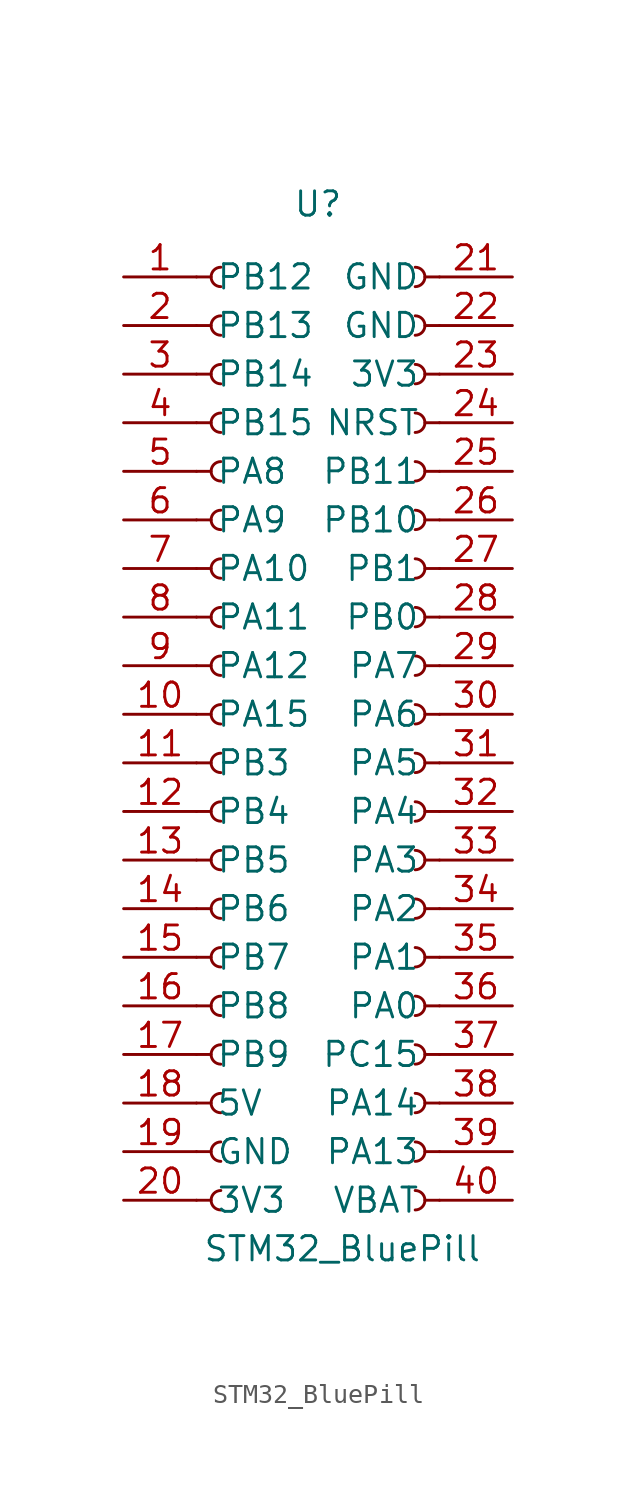
<source format=kicad_sym>
(kicad_symbol_lib
  (version 20220914)
  (generator kicad_symbol_editor)
  (symbol "STM32_BluePill"
    (pin_names
      (offset 1.016))
    (property "Reference" "U"
      (at 0 26.67 0)
      (effects (font (size 1.27 1.27))))
    (property "Value" "STM32_BluePill"
      (at 1.27 -27.94 0)
      (effects (font (size 1.27 1.27))))
    (symbol "STM32_BluePill_1_1"
      (arc (start -5.08 -24.892) (mid -5.5858 -25.4) (end -5.08 -25.908) (stroke (width 0.1524) (type default)) (fill (type none)))
      (arc (start -5.08 -22.352) (mid -5.5858 -22.86) (end -5.08 -23.368) (stroke (width 0.1524) (type default)) (fill (type none)))
      (arc (start -5.08 -19.812) (mid -5.5858 -20.32) (end -5.08 -20.828) (stroke (width 0.1524) (type default)) (fill (type none)))
      (arc (start -5.08 -17.272) (mid -5.5858 -17.78) (end -5.08 -18.288) (stroke (width 0.1524) (type default)) (fill (type none)))
      (arc (start -5.08 -14.732) (mid -5.5858 -15.24) (end -5.08 -15.748) (stroke (width 0.1524) (type default)) (fill (type none)))
      (arc (start -5.08 -12.192) (mid -5.5858 -12.7) (end -5.08 -13.208) (stroke (width 0.1524) (type default)) (fill (type none)))
      (arc (start -5.08 -9.652) (mid -5.5858 -10.16) (end -5.08 -10.668) (stroke (width 0.1524) (type default)) (fill (type none)))
      (arc (start -5.08 -7.112) (mid -5.5858 -7.62) (end -5.08 -8.128) (stroke (width 0.1524) (type default)) (fill (type none)))
      (arc (start -5.08 -4.572) (mid -5.5858 -5.08) (end -5.08 -5.588) (stroke (width 0.1524) (type default)) (fill (type none)))
      (arc (start -5.08 -2.032) (mid -5.5858 -2.54) (end -5.08 -3.048) (stroke (width 0.1524) (type default)) (fill (type none)))
      (arc (start -5.08 0.508) (mid -5.5858 0) (end -5.08 -0.508) (stroke (width 0.1524) (type default)) (fill (type none)))
      (arc (start -5.08 3.048) (mid -5.5858 2.54) (end -5.08 2.032) (stroke (width 0.1524) (type default)) (fill (type none)))
      (arc (start -5.08 5.588) (mid -5.5858 5.08) (end -5.08 4.572) (stroke (width 0.1524) (type default)) (fill (type none)))
      (arc (start -5.08 8.128) (mid -5.5858 7.62) (end -5.08 7.112) (stroke (width 0.1524) (type default)) (fill (type none)))
      (arc (start -5.08 10.668) (mid -5.5858 10.16) (end -5.08 9.652) (stroke (width 0.1524) (type default)) (fill (type none)))
      (arc (start -5.08 13.208) (mid -5.5858 12.7) (end -5.08 12.192) (stroke (width 0.1524) (type default)) (fill (type none)))
      (arc (start -5.08 15.748) (mid -5.5858 15.24) (end -5.08 14.732) (stroke (width 0.1524) (type default)) (fill (type none)))
      (arc (start -5.08 18.288) (mid -5.5858 17.78) (end -5.08 17.272) (stroke (width 0.1524) (type default)) (fill (type none)))
      (arc (start -5.08 20.828) (mid -5.5858 20.32) (end -5.08 19.812) (stroke (width 0.1524) (type default)) (fill (type none)))
      (arc (start -5.08 23.368) (mid -5.5858 22.86) (end -5.08 22.352) (stroke (width 0.1524) (type default)) (fill (type none)))
      (polyline (pts (xy -6.35 -25.4) (xy -5.588 -25.4)) (stroke (width 0.152) (type default)) (fill (type none)))
      (polyline (pts (xy -6.35 -22.86) (xy -5.588 -22.86)) (stroke (width 0.152) (type default)) (fill (type none)))
      (polyline (pts (xy -6.35 -20.32) (xy -5.588 -20.32)) (stroke (width 0.152) (type default)) (fill (type none)))
      (polyline (pts (xy -6.35 -17.78) (xy -5.588 -17.78)) (stroke (width 0.152) (type default)) (fill (type none)))
      (polyline (pts (xy -6.35 -15.24) (xy -5.588 -15.24)) (stroke (width 0.152) (type default)) (fill (type none)))
      (polyline (pts (xy -6.35 -12.7) (xy -5.588 -12.7)) (stroke (width 0.152) (type default)) (fill (type none)))
      (polyline (pts (xy -6.35 -10.16) (xy -5.588 -10.16)) (stroke (width 0.152) (type default)) (fill (type none)))
      (polyline (pts (xy -6.35 -7.62) (xy -5.588 -7.62)) (stroke (width 0.152) (type default)) (fill (type none)))
      (polyline (pts (xy -6.35 -5.08) (xy -5.588 -5.08)) (stroke (width 0.152) (type default)) (fill (type none)))
      (polyline (pts (xy -6.35 -2.54) (xy -5.588 -2.54)) (stroke (width 0.152) (type default)) (fill (type none)))
      (polyline (pts (xy -6.35 0) (xy -5.588 0)) (stroke (width 0.152) (type default)) (fill (type none)))
      (polyline (pts (xy -6.35 2.54) (xy -5.588 2.54)) (stroke (width 0.152) (type default)) (fill (type none)))
      (polyline (pts (xy -6.35 5.08) (xy -5.588 5.08)) (stroke (width 0.152) (type default)) (fill (type none)))
      (polyline (pts (xy -6.35 7.62) (xy -5.588 7.62)) (stroke (width 0.152) (type default)) (fill (type none)))
      (polyline (pts (xy -6.35 10.16) (xy -5.588 10.16)) (stroke (width 0.152) (type default)) (fill (type none)))
      (polyline (pts (xy -6.35 12.7) (xy -5.588 12.7)) (stroke (width 0.152) (type default)) (fill (type none)))
      (polyline (pts (xy -6.35 15.24) (xy -5.588 15.24)) (stroke (width 0.152) (type default)) (fill (type none)))
      (polyline (pts (xy -6.35 17.78) (xy -5.588 17.78)) (stroke (width 0.152) (type default)) (fill (type none)))
      (polyline (pts (xy -6.35 20.32) (xy -5.588 20.32)) (stroke (width 0.152) (type default)) (fill (type none)))
      (polyline (pts (xy -6.35 22.86) (xy -5.588 22.86)) (stroke (width 0.152) (type default)) (fill (type none)))
      (polyline (pts (xy 6.35 -25.4) (xy 5.588 -25.4)) (stroke (width 0.152) (type default)) (fill (type none)))
      (polyline (pts (xy 6.35 -22.86) (xy 5.588 -22.86)) (stroke (width 0.152) (type default)) (fill (type none)))
      (polyline (pts (xy 6.35 -20.32) (xy 5.588 -20.32)) (stroke (width 0.152) (type default)) (fill (type none)))
      (polyline (pts (xy 6.35 -17.78) (xy 5.588 -17.78)) (stroke (width 0.152) (type default)) (fill (type none)))
      (polyline (pts (xy 6.35 -15.24) (xy 5.588 -15.24)) (stroke (width 0.152) (type default)) (fill (type none)))
      (polyline (pts (xy 6.35 -12.7) (xy 5.588 -12.7)) (stroke (width 0.152) (type default)) (fill (type none)))
      (polyline (pts (xy 6.35 -10.16) (xy 5.588 -10.16)) (stroke (width 0.152) (type default)) (fill (type none)))
      (polyline (pts (xy 6.35 -7.62) (xy 5.588 -7.62)) (stroke (width 0.152) (type default)) (fill (type none)))
      (polyline (pts (xy 6.35 -5.08) (xy 5.588 -5.08)) (stroke (width 0.152) (type default)) (fill (type none)))
      (polyline (pts (xy 6.35 -2.54) (xy 5.588 -2.54)) (stroke (width 0.152) (type default)) (fill (type none)))
      (polyline (pts (xy 6.35 0) (xy 5.588 0)) (stroke (width 0.152) (type default)) (fill (type none)))
      (polyline (pts (xy 6.35 2.54) (xy 5.588 2.54)) (stroke (width 0.152) (type default)) (fill (type none)))
      (polyline (pts (xy 6.35 5.08) (xy 5.588 5.08)) (stroke (width 0.152) (type default)) (fill (type none)))
      (polyline (pts (xy 6.35 7.62) (xy 5.588 7.62)) (stroke (width 0.152) (type default)) (fill (type none)))
      (polyline (pts (xy 6.35 10.16) (xy 5.588 10.16)) (stroke (width 0.152) (type default)) (fill (type none)))
      (polyline (pts (xy 6.35 12.7) (xy 5.588 12.7)) (stroke (width 0.152) (type default)) (fill (type none)))
      (polyline (pts (xy 6.35 15.24) (xy 5.588 15.24)) (stroke (width 0.152) (type default)) (fill (type none)))
      (polyline (pts (xy 6.35 17.78) (xy 5.588 17.78)) (stroke (width 0.152) (type default)) (fill (type none)))
      (polyline (pts (xy 6.35 20.32) (xy 5.588 20.32)) (stroke (width 0.152) (type default)) (fill (type none)))
      (polyline (pts (xy 6.35 22.86) (xy 5.588 22.86)) (stroke (width 0.152) (type default)) (fill (type none)))
      (arc (start 5.08 -25.908) (mid 5.5858 -25.4) (end 5.08 -24.892) (stroke (width 0.1524) (type default)) (fill (type none)))
      (arc (start 5.08 -23.368) (mid 5.5858 -22.86) (end 5.08 -22.352) (stroke (width 0.1524) (type default)) (fill (type none)))
      (arc (start 5.08 -20.828) (mid 5.5858 -20.32) (end 5.08 -19.812) (stroke (width 0.1524) (type default)) (fill (type none)))
      (arc (start 5.08 -18.288) (mid 5.5858 -17.78) (end 5.08 -17.272) (stroke (width 0.1524) (type default)) (fill (type none)))
      (arc (start 5.08 -15.748) (mid 5.5858 -15.24) (end 5.08 -14.732) (stroke (width 0.1524) (type default)) (fill (type none)))
      (arc (start 5.08 -13.208) (mid 5.5858 -12.7) (end 5.08 -12.192) (stroke (width 0.1524) (type default)) (fill (type none)))
      (arc (start 5.08 -10.668) (mid 5.5858 -10.16) (end 5.08 -9.652) (stroke (width 0.1524) (type default)) (fill (type none)))
      (arc (start 5.08 -8.128) (mid 5.5858 -7.62) (end 5.08 -7.112) (stroke (width 0.1524) (type default)) (fill (type none)))
      (arc (start 5.08 -5.588) (mid 5.5858 -5.08) (end 5.08 -4.572) (stroke (width 0.1524) (type default)) (fill (type none)))
      (arc (start 5.08 -3.048) (mid 5.5858 -2.54) (end 5.08 -2.032) (stroke (width 0.1524) (type default)) (fill (type none)))
      (arc (start 5.08 -0.508) (mid 5.5858 0) (end 5.08 0.508) (stroke (width 0.1524) (type default)) (fill (type none)))
      (arc (start 5.08 2.032) (mid 5.5858 2.54) (end 5.08 3.048) (stroke (width 0.1524) (type default)) (fill (type none)))
      (arc (start 5.08 4.572) (mid 5.5858 5.08) (end 5.08 5.588) (stroke (width 0.1524) (type default)) (fill (type none)))
      (arc (start 5.08 7.112) (mid 5.5858 7.62) (end 5.08 8.128) (stroke (width 0.1524) (type default)) (fill (type none)))
      (arc (start 5.08 9.652) (mid 5.5858 10.16) (end 5.08 10.668) (stroke (width 0.1524) (type default)) (fill (type none)))
      (arc (start 5.08 12.192) (mid 5.5858 12.7) (end 5.08 13.208) (stroke (width 0.1524) (type default)) (fill (type none)))
      (arc (start 5.08 14.732) (mid 5.5858 15.24) (end 5.08 15.748) (stroke (width 0.1524) (type default)) (fill (type none)))
      (arc (start 5.08 17.272) (mid 5.5858 17.78) (end 5.08 18.288) (stroke (width 0.1524) (type default)) (fill (type none)))
      (arc (start 5.08 19.812) (mid 5.5858 20.32) (end 5.08 20.828) (stroke (width 0.1524) (type default)) (fill (type none)))
      (arc (start 5.08 22.352) (mid 5.5858 22.86) (end 5.08 23.368) (stroke (width 0.1524) (type default)) (fill (type none)))
      (pin passive line (at -10.16 22.86 0) (length 3.81) (name "PB12" (effects (font (size 1.27 1.27)))) (number "1" (effects (font (size 1.27 1.27)))))
      (pin passive line (at -10.16 0 0) (length 3.81) (name "PA15" (effects (font (size 1.27 1.27)))) (number "10" (effects (font (size 1.27 1.27)))))
      (pin passive line (at -10.16 -2.54 0) (length 3.81) (name "PB3" (effects (font (size 1.27 1.27)))) (number "11" (effects (font (size 1.27 1.27)))))
      (pin passive line (at -10.16 -5.08 0) (length 3.81) (name "PB4" (effects (font (size 1.27 1.27)))) (number "12" (effects (font (size 1.27 1.27)))))
      (pin passive line (at -10.16 -7.62 0) (length 3.81) (name "PB5" (effects (font (size 1.27 1.27)))) (number "13" (effects (font (size 1.27 1.27)))))
      (pin passive line (at -10.16 -10.16 0) (length 3.81) (name "PB6" (effects (font (size 1.27 1.27)))) (number "14" (effects (font (size 1.27 1.27)))))
      (pin passive line (at -10.16 -12.7 0) (length 3.81) (name "PB7" (effects (font (size 1.27 1.27)))) (number "15" (effects (font (size 1.27 1.27)))))
      (pin passive line (at -10.16 -15.24 0) (length 3.81) (name "PB8" (effects (font (size 1.27 1.27)))) (number "16" (effects (font (size 1.27 1.27)))))
      (pin passive line (at -10.16 -17.78 0) (length 3.81) (name "PB9" (effects (font (size 1.27 1.27)))) (number "17" (effects (font (size 1.27 1.27)))))
      (pin passive line (at -10.16 -20.32 0) (length 3.81) (name "5V" (effects (font (size 1.27 1.27)))) (number "18" (effects (font (size 1.27 1.27)))))
      (pin passive line (at -10.16 -22.86 0) (length 3.81) (name "GND" (effects (font (size 1.27 1.27)))) (number "19" (effects (font (size 1.27 1.27)))))
      (pin passive line (at -10.16 20.32 0) (length 3.81) (name "PB13" (effects (font (size 1.27 1.27)))) (number "2" (effects (font (size 1.27 1.27)))))
      (pin passive line (at -10.16 -25.4 0) (length 3.81) (name "3V3" (effects (font (size 1.27 1.27)))) (number "20" (effects (font (size 1.27 1.27)))))
      (pin passive line (at 10.16 22.86 180) (length 3.81) (name "GND" (effects (font (size 1.27 1.27)))) (number "21" (effects (font (size 1.27 1.27)))))
      (pin passive line (at 10.16 20.32 180) (length 3.81) (name "GND" (effects (font (size 1.27 1.27)))) (number "22" (effects (font (size 1.27 1.27)))))
      (pin passive line (at 10.16 17.78 180) (length 3.81) (name "3V3" (effects (font (size 1.27 1.27)))) (number "23" (effects (font (size 1.27 1.27)))))
      (pin passive line (at 10.16 15.24 180) (length 3.81) (name "NRST" (effects (font (size 1.27 1.27)))) (number "24" (effects (font (size 1.27 1.27)))))
      (pin passive line (at 10.16 12.7 180) (length 3.81) (name "PB11" (effects (font (size 1.27 1.27)))) (number "25" (effects (font (size 1.27 1.27)))))
      (pin passive line (at 10.16 10.16 180) (length 3.81) (name "PB10" (effects (font (size 1.27 1.27)))) (number "26" (effects (font (size 1.27 1.27)))))
      (pin passive line (at 10.16 7.62 180) (length 3.81) (name "PB1" (effects (font (size 1.27 1.27)))) (number "27" (effects (font (size 1.27 1.27)))))
      (pin passive line (at 10.16 5.08 180) (length 3.81) (name "PB0" (effects (font (size 1.27 1.27)))) (number "28" (effects (font (size 1.27 1.27)))))
      (pin passive line (at 10.16 2.54 180) (length 3.81) (name "PA7" (effects (font (size 1.27 1.27)))) (number "29" (effects (font (size 1.27 1.27)))))
      (pin passive line (at -10.16 17.78 0) (length 3.81) (name "PB14" (effects (font (size 1.27 1.27)))) (number "3" (effects (font (size 1.27 1.27)))))
      (pin passive line (at 10.16 0 180) (length 3.81) (name "PA6" (effects (font (size 1.27 1.27)))) (number "30" (effects (font (size 1.27 1.27)))))
      (pin passive line (at 10.16 -2.54 180) (length 3.81) (name "PA5" (effects (font (size 1.27 1.27)))) (number "31" (effects (font (size 1.27 1.27)))))
      (pin passive line (at 10.16 -5.08 180) (length 3.81) (name "PA4" (effects (font (size 1.27 1.27)))) (number "32" (effects (font (size 1.27 1.27)))))
      (pin passive line (at 10.16 -7.62 180) (length 3.81) (name "PA3" (effects (font (size 1.27 1.27)))) (number "33" (effects (font (size 1.27 1.27)))))
      (pin passive line (at 10.16 -10.16 180) (length 3.81) (name "PA2" (effects (font (size 1.27 1.27)))) (number "34" (effects (font (size 1.27 1.27)))))
      (pin passive line (at 10.16 -12.7 180) (length 3.81) (name "PA1" (effects (font (size 1.27 1.27)))) (number "35" (effects (font (size 1.27 1.27)))))
      (pin passive line (at 10.16 -15.24 180) (length 3.81) (name "PA0" (effects (font (size 1.27 1.27)))) (number "36" (effects (font (size 1.27 1.27)))))
      (pin passive line (at 10.16 -17.78 180) (length 3.81) (name "PC15" (effects (font (size 1.27 1.27)))) (number "37" (effects (font (size 1.27 1.27)))))
      (pin passive line (at 10.16 -20.32 180) (length 3.81) (name "PA14" (effects (font (size 1.27 1.27)))) (number "38" (effects (font (size 1.27 1.27)))))
      (pin passive line (at 10.16 -22.86 180) (length 3.81) (name "PA13" (effects (font (size 1.27 1.27)))) (number "39" (effects (font (size 1.27 1.27)))))
      (pin passive line (at -10.16 15.24 0) (length 3.81) (name "PB15" (effects (font (size 1.27 1.27)))) (number "4" (effects (font (size 1.27 1.27)))))
      (pin passive line (at 10.16 -25.4 180) (length 3.81) (name "VBAT" (effects (font (size 1.27 1.27)))) (number "40" (effects (font (size 1.27 1.27)))))
      (pin passive line (at -10.16 12.7 0) (length 3.81) (name "PA8" (effects (font (size 1.27 1.27)))) (number "5" (effects (font (size 1.27 1.27)))))
      (pin passive line (at -10.16 10.16 0) (length 3.81) (name "PA9" (effects (font (size 1.27 1.27)))) (number "6" (effects (font (size 1.27 1.27)))))
      (pin passive line (at -10.16 7.62 0) (length 3.81) (name "PA10" (effects (font (size 1.27 1.27)))) (number "7" (effects (font (size 1.27 1.27)))))
      (pin passive line (at -10.16 5.08 0) (length 3.81) (name "PA11" (effects (font (size 1.27 1.27)))) (number "8" (effects (font (size 1.27 1.27)))))
      (pin passive line (at -10.16 2.54 0) (length 3.81) (name "PA12" (effects (font (size 1.27 1.27)))) (number "9" (effects (font (size 1.27 1.27))))))))
</source>
